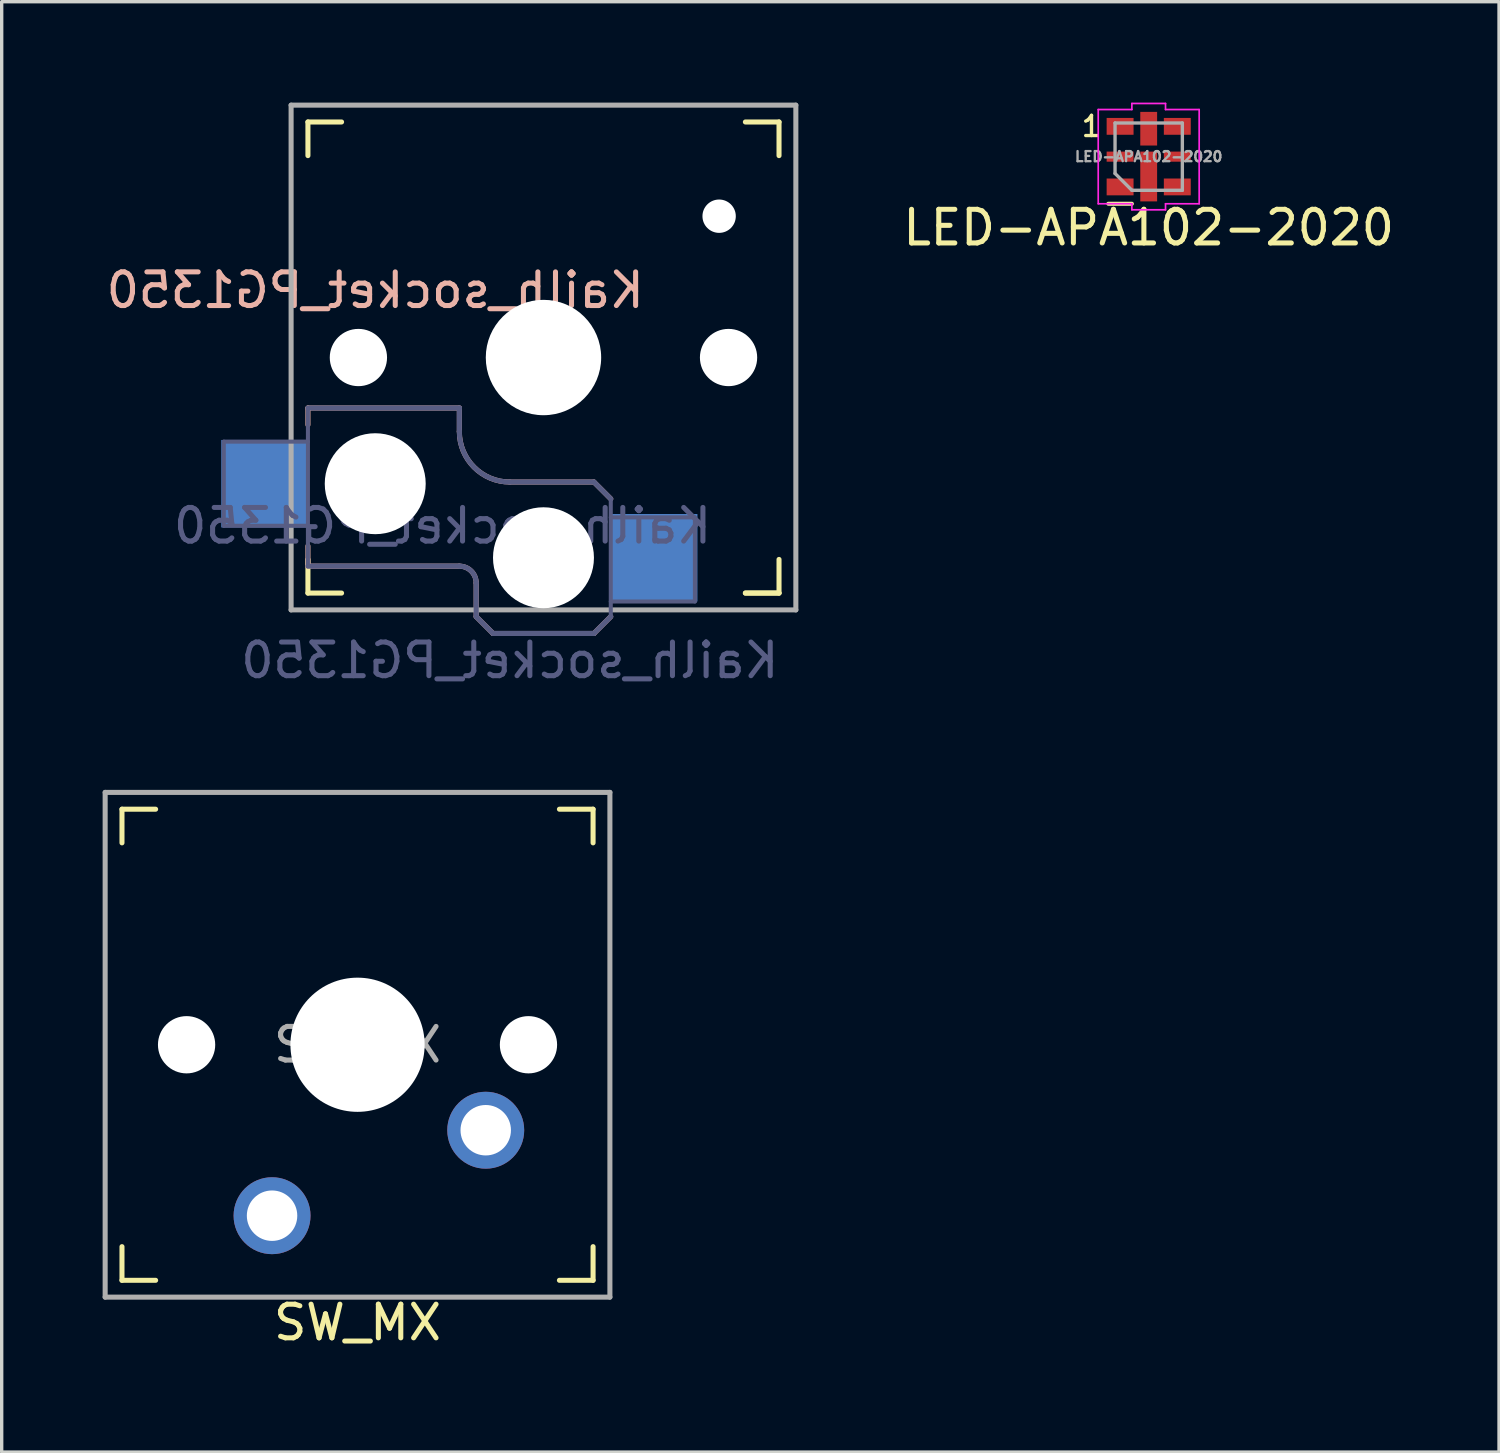
<source format=kicad_pcb>
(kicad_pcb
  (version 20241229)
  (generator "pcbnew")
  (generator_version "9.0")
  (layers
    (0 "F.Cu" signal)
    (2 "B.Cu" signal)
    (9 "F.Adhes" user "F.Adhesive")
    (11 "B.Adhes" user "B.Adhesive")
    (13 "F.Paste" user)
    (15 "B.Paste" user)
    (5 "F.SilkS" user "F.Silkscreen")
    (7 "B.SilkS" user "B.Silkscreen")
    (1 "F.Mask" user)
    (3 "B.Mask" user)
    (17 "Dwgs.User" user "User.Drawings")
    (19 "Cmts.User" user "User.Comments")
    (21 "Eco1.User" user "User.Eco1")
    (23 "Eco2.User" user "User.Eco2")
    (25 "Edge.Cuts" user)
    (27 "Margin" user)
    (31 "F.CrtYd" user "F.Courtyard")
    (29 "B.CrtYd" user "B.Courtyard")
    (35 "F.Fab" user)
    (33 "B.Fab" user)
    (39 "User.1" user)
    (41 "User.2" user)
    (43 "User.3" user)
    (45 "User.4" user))
  (footprint "LED-APA102-2020"
    (layer "F.Cu")
    (at 31.087 1.605)
    (property "Reference" "LED-APA102-2020" (at 0 2.11 0) (layer "F.SilkS") (effects (font (size 1 1) (thickness 0.15))))
    (attr smd)
    (fp_line (start -1.2 1.4) (end -0.5 1.4) (stroke (width 0.12) (type solid)) (layer "F.SilkS"))
    (fp_line (start -1.5 -1.4) (end -1.5 1.4) (stroke (width 0.05) (type solid)) (layer "F.CrtYd"))
    (fp_line (start -1.5 -1.4) (end -0.5 -1.4) (stroke (width 0.05) (type solid)) (layer "F.CrtYd"))
    (fp_line (start -0.5 -1.58) (end 0.5 -1.58) (stroke (width 0.05) (type solid)) (layer "F.CrtYd"))
    (fp_line (start -0.5 -1.4) (end -0.5 -1.58) (stroke (width 0.05) (type solid)) (layer "F.CrtYd"))
    (fp_line (start -0.5 1.4) (end -1.5 1.4) (stroke (width 0.05) (type solid)) (layer "F.CrtYd"))
    (fp_line (start -0.5 1.4) (end -0.5 1.58) (stroke (width 0.05) (type solid)) (layer "F.CrtYd"))
    (fp_line (start -0.5 1.58) (end 0.5 1.58) (stroke (width 0.05) (type solid)) (layer "F.CrtYd"))
    (fp_line (start 0.5 -1.58) (end 0.5 -1.4) (stroke (width 0.05) (type solid)) (layer "F.CrtYd"))
    (fp_line (start 0.5 -1.4) (end 1.5 -1.4) (stroke (width 0.05) (type solid)) (layer "F.CrtYd"))
    (fp_line (start 0.5 1.58) (end 0.5 1.4) (stroke (width 0.05) (type solid)) (layer "F.CrtYd"))
    (fp_line (start 1.5 -1.4) (end 1.5 1.4) (stroke (width 0.05) (type solid)) (layer "F.CrtYd"))
    (fp_line (start 1.5 1.4) (end 0.5 1.4) (stroke (width 0.05) (type solid)) (layer "F.CrtYd"))
    (fp_line (start -1 -1) (end 1 -1) (stroke (width 0.1) (type solid)) (layer "F.Fab"))
    (fp_line (start -1 0.5) (end -1 -1) (stroke (width 0.1) (type solid)) (layer "F.Fab"))
    (fp_line (start -1 0.5) (end -0.5 1) (stroke (width 0.1) (type solid)) (layer "F.Fab"))
    (fp_line (start 1 -1) (end 1 1) (stroke (width 0.1) (type solid)) (layer "F.Fab"))
    (fp_line (start 1 1) (end -0.5 1) (stroke (width 0.1) (type solid)) (layer "F.Fab"))
    (fp_text user "1" (at -1.7 -0.9 0) (layer "F.SilkS") (effects (font (size 0.6 0.6) (thickness 0.1))))
    (fp_text user "${REFERENCE}" (at 0 0 0) (layer "F.Fab") (effects (font (size 0.3 0.3) (thickness 0.07))))
    (pad "1" smd rect (at -0.85 -0.9) (size 0.8 0.5) (layers "F.Cu" "F.Mask" "F.Paste"))
    (pad "1" smd rect (at 0 -0.83 90) (size 1 0.5) (layers "F.Cu" "F.Mask" "F.Paste"))
    (pad "2" smd rect (at -0.85 0) (size 0.8 0.3) (layers "F.Cu" "F.Mask" "F.Paste"))
    (pad "3" smd rect (at -0.85 0.9) (size 0.8 0.5) (layers "F.Cu" "F.Mask" "F.Paste"))
    (pad "4" smd rect (at 0.85 0.9) (size 0.8 0.5) (layers "F.Cu" "F.Mask" "F.Paste"))
    (pad "5" smd rect (at 0.85 0) (size 0.8 0.3) (layers "F.Cu" "F.Mask" "F.Paste"))
    (pad "6" smd rect (at 0 0.59 90) (size 1.48 0.5) (layers "F.Cu" "F.Mask" "F.Paste"))
    (pad "6" smd rect (at 0.85 -0.9) (size 0.8 0.5) (layers "F.Cu" "F.Mask" "F.Paste")))
  (footprint "SW_MX"
    (layer "F.Cu")
    (at 7.575 27.998)
    (property "Reference" "SW_MX" (at 0 8.255 180) (layer "F.SilkS") (effects (font (size 1 1) (thickness 0.15))))
    (attr through_hole)
    (fp_line (start -7 -6) (end -7 -7) (stroke (width 0.15) (type solid)) (layer "F.SilkS"))
    (fp_line (start -7 7) (end -7 6) (stroke (width 0.15) (type solid)) (layer "F.SilkS"))
    (fp_line (start -7 7) (end -6 7) (stroke (width 0.15) (type solid)) (layer "F.SilkS"))
    (fp_line (start -6 -7) (end -7 -7) (stroke (width 0.15) (type solid)) (layer "F.SilkS"))
    (fp_line (start 6 7) (end 7 7) (stroke (width 0.15) (type solid)) (layer "F.SilkS"))
    (fp_line (start 7 -7) (end 6 -7) (stroke (width 0.15) (type solid)) (layer "F.SilkS"))
    (fp_line (start 7 -7) (end 7 -6) (stroke (width 0.15) (type solid)) (layer "F.SilkS"))
    (fp_line (start 7 6) (end 7 7) (stroke (width 0.15) (type solid)) (layer "F.SilkS"))
    (fp_line (start -6.9 6.9) (end -6.9 -6.9) (stroke (width 0.15) (type solid)) (layer "Eco2.User"))
    (fp_line (start -6.9 6.9) (end 6.9 6.9) (stroke (width 0.15) (type solid)) (layer "Eco2.User"))
    (fp_line (start 6.9 -6.9) (end -6.9 -6.9) (stroke (width 0.15) (type solid)) (layer "Eco2.User"))
    (fp_line (start 6.9 -6.9) (end 6.9 6.9) (stroke (width 0.15) (type solid)) (layer "Eco2.User"))
    (fp_line (start -7.5 -7.5) (end 7.5 -7.5) (stroke (width 0.15) (type solid)) (layer "F.Fab"))
    (fp_line (start -7.5 7.5) (end -7.5 -7.5) (stroke (width 0.15) (type solid)) (layer "F.Fab"))
    (fp_line (start 7.5 -7.5) (end 7.5 7.5) (stroke (width 0.15) (type solid)) (layer "F.Fab"))
    (fp_line (start 7.5 7.5) (end -7.5 7.5) (stroke (width 0.15) (type solid)) (layer "F.Fab"))
    (fp_text user "${REFERENCE}" (at 0 0 180) (layer "F.Fab") (effects (font (size 1 1) (thickness 0.15))))
    (pad "" np_thru_hole circle (at -5.08 0 180) (size 1.702 1.702) (drill 1.702) (layers "*.Cu" "*.Mask"))
    (pad "" np_thru_hole circle (at 0 0 180) (size 3.988 3.988) (drill 3.988) (layers "*.Cu" "*.Mask"))
    (pad "" np_thru_hole circle (at 5.08 0 180) (size 1.702 1.702) (drill 1.702) (layers "*.Cu" "*.Mask"))
    (pad "1" thru_hole circle (at -2.54 5.08 180) (size 2.286 2.286) (drill 1.499) (layers "*.Cu" "*.Mask"))
    (pad "2" thru_hole circle (at 3.81 2.54 180) (size 2.286 2.286) (drill 1.499) (layers "*.Cu" "*.Mask")))
  (footprint "Kailh_socket_PG1350"
    (layer "F.Cu")
    (at 13.101 7.575)
    (property "Reference" "Kailh_socket_PG1350" (at -5 -2 0) (layer "B.SilkS") (effects (font (size 1 1) (thickness 0.15)) (justify mirror)))
    (property "Value" "Kailh_socket_PG1350" (at 0 8.255 0) (layer "F.Fab") (hide yes) (effects (font (size 1 1) (thickness 0.15))))
    (attr smd)
    (fp_line (start -7 -6) (end -7 -7) (stroke (width 0.15) (type solid)) (layer "F.SilkS"))
    (fp_line (start -7 7) (end -7 6) (stroke (width 0.15) (type solid)) (layer "F.SilkS"))
    (fp_line (start -7 7) (end -6 7) (stroke (width 0.15) (type solid)) (layer "F.SilkS"))
    (fp_line (start -6 -7) (end -7 -7) (stroke (width 0.15) (type solid)) (layer "F.SilkS"))
    (fp_line (start 6 7) (end 7 7) (stroke (width 0.15) (type solid)) (layer "F.SilkS"))
    (fp_line (start 7 -7) (end 6 -7) (stroke (width 0.15) (type solid)) (layer "F.SilkS"))
    (fp_line (start 7 -7) (end 7 -6) (stroke (width 0.15) (type solid)) (layer "F.SilkS"))
    (fp_line (start 7 6) (end 7 7) (stroke (width 0.15) (type solid)) (layer "F.SilkS"))
    (fp_line (start 7 7) (end 6 7) (stroke (width 0.15) (type solid)) (layer "F.SilkS"))
    (fp_line (start -7 1.5) (end -7 2) (stroke (width 0.15) (type solid)) (layer "B.SilkS"))
    (fp_line (start -7 5.6) (end -7 6.2) (stroke (width 0.15) (type solid)) (layer "B.SilkS"))
    (fp_line (start -7 6.2) (end -2.5 6.2) (stroke (width 0.15) (type solid)) (layer "B.SilkS"))
    (fp_line (start -2.5 1.5) (end -7 1.5) (stroke (width 0.15) (type solid)) (layer "B.SilkS"))
    (fp_line (start -2.5 2.2) (end -2.5 1.5) (stroke (width 0.15) (type solid)) (layer "B.SilkS"))
    (fp_line (start -2 6.7) (end -2 7.7) (stroke (width 0.15) (type solid)) (layer "B.SilkS"))
    (fp_line (start -1.5 8.2) (end -2 7.7) (stroke (width 0.15) (type solid)) (layer "B.SilkS"))
    (fp_line (start 1.5 3.7) (end -1 3.7) (stroke (width 0.15) (type solid)) (layer "B.SilkS"))
    (fp_line (start 1.5 8.2) (end -1.5 8.2) (stroke (width 0.15) (type solid)) (layer "B.SilkS"))
    (fp_line (start 2 4.2) (end 1.5 3.7) (stroke (width 0.15) (type solid)) (layer "B.SilkS"))
    (fp_line (start 2 7.7) (end 1.5 8.2) (stroke (width 0.15) (type solid)) (layer "B.SilkS"))
    (fp_arc (start -2.5 6.2) (mid -2.146447 6.346447) (end -2 6.7) (stroke (width 0.15) (type solid)) (layer "B.SilkS"))
    (fp_arc (start -1 3.7) (mid -2.06066 3.26066) (end -2.5 2.2) (stroke (width 0.15) (type solid)) (layer "B.SilkS"))
    (fp_line (start -6.9 6.9) (end -6.9 -6.9) (stroke (width 0.15) (type solid)) (layer "Eco2.User"))
    (fp_line (start -6.9 6.9) (end 6.9 6.9) (stroke (width 0.15) (type solid)) (layer "Eco2.User"))
    (fp_line (start -2.6 -3.1) (end -2.6 -6.3) (stroke (width 0.15) (type solid)) (layer "Eco2.User"))
    (fp_line (start -2.6 -3.1) (end 2.6 -3.1) (stroke (width 0.15) (type solid)) (layer "Eco2.User"))
    (fp_line (start 2.6 -6.3) (end -2.6 -6.3) (stroke (width 0.15) (type solid)) (layer "Eco2.User"))
    (fp_line (start 2.6 -3.1) (end 2.6 -6.3) (stroke (width 0.15) (type solid)) (layer "Eco2.User"))
    (fp_line (start 6.9 -6.9) (end -6.9 -6.9) (stroke (width 0.15) (type solid)) (layer "Eco2.User"))
    (fp_line (start 6.9 -6.9) (end 6.9 6.9) (stroke (width 0.15) (type solid)) (layer "Eco2.User"))
    (fp_line (start -9.5 2.5) (end -7 2.5) (stroke (width 0.12) (type solid)) (layer "B.Fab"))
    (fp_line (start -9.5 5) (end -9.5 2.5) (stroke (width 0.12) (type solid)) (layer "B.Fab"))
    (fp_line (start -7 1.5) (end -7 6.2) (stroke (width 0.12) (type solid)) (layer "B.Fab"))
    (fp_line (start -7 5) (end -9.5 5) (stroke (width 0.12) (type solid)) (layer "B.Fab"))
    (fp_line (start -7 6.2) (end -2.5 6.2) (stroke (width 0.15) (type solid)) (layer "B.Fab"))
    (fp_line (start -2.5 1.5) (end -7 1.5) (stroke (width 0.15) (type solid)) (layer "B.Fab"))
    (fp_line (start -2.5 2.2) (end -2.5 1.5) (stroke (width 0.15) (type solid)) (layer "B.Fab"))
    (fp_line (start -2 6.7) (end -2 7.7) (stroke (width 0.15) (type solid)) (layer "B.Fab"))
    (fp_line (start -1.5 8.2) (end -2 7.7) (stroke (width 0.15) (type solid)) (layer "B.Fab"))
    (fp_line (start 1.5 3.7) (end -1 3.7) (stroke (width 0.15) (type solid)) (layer "B.Fab"))
    (fp_line (start 1.5 8.2) (end -1.5 8.2) (stroke (width 0.15) (type solid)) (layer "B.Fab"))
    (fp_line (start 2 4.2) (end 1.5 3.7) (stroke (width 0.15) (type solid)) (layer "B.Fab"))
    (fp_line (start 2 4.25) (end 2 7.7) (stroke (width 0.12) (type solid)) (layer "B.Fab"))
    (fp_line (start 2 4.75) (end 4.5 4.75) (stroke (width 0.12) (type solid)) (layer "B.Fab"))
    (fp_line (start 2 7.7) (end 1.5 8.2) (stroke (width 0.15) (type solid)) (layer "B.Fab"))
    (fp_line (start 4.5 4.75) (end 4.5 7.25) (stroke (width 0.12) (type solid)) (layer "B.Fab"))
    (fp_line (start 4.5 7.25) (end 2 7.25) (stroke (width 0.12) (type solid)) (layer "B.Fab"))
    (fp_arc (start -2.5 6.2) (mid -2.146447 6.346447) (end -2 6.7) (stroke (width 0.15) (type solid)) (layer "B.Fab"))
    (fp_arc (start -1 3.7) (mid -2.06066 3.26066) (end -2.5 2.2) (stroke (width 0.15) (type solid)) (layer "B.Fab"))
    (fp_line (start -7.5 -7.5) (end 7.5 -7.5) (stroke (width 0.15) (type solid)) (layer "F.Fab"))
    (fp_line (start -7.5 7.5) (end -7.5 -7.5) (stroke (width 0.15) (type solid)) (layer "F.Fab"))
    (fp_line (start 7.5 -7.5) (end 7.5 7.5) (stroke (width 0.15) (type solid)) (layer "F.Fab"))
    (fp_line (start 7.5 7.5) (end -7.5 7.5) (stroke (width 0.15) (type solid)) (layer "F.Fab"))
    (fp_text user "${VALUE}" (at -1 9 0) (layer "B.Fab") (effects (font (size 1 1) (thickness 0.15)) (justify mirror)))
    (fp_text user "${REFERENCE}" (at -3 5 0) (layer "B.Fab") (effects (font (size 1 1) (thickness 0.15)) (justify mirror)))
    (pad "" np_thru_hole circle (at -5.5 0) (size 1.702 1.702) (drill 1.702) (layers "*.Cu" "*.Mask"))
    (pad "" np_thru_hole circle (at -5 3.75) (size 3 3) (drill 3) (layers "*.Cu" "*.Mask"))
    (pad "" np_thru_hole circle (at 0 0) (size 3.429 3.429) (drill 3.429) (layers "*.Cu" "*.Mask"))
    (pad "" np_thru_hole circle (at 0 5.95) (size 3 3) (drill 3) (layers "*.Cu" "*.Mask"))
    (pad "" np_thru_hole circle (at 5.22 -4.2) (size 0.991 0.991) (drill 0.991) (layers "*.Cu" "*.Mask"))
    (pad "" np_thru_hole circle (at 5.5 0) (size 1.702 1.702) (drill 1.702) (layers "*.Cu" "*.Mask"))
    (pad "1" smd rect (at 3.275 5.95) (size 2.6 2.6) (layers "B.Cu" "B.Mask" "B.Paste"))
    (pad "2" smd rect (at -8.275 3.75) (size 2.6 2.6) (layers "B.Cu" "B.Mask" "B.Paste")))
  (gr_rect
    (start -3 -3)
    (end 41.498 40.102)
    (stroke (width 0.1) (type default))
    (fill no)
    (layer "Edge.Cuts")))
</source>
